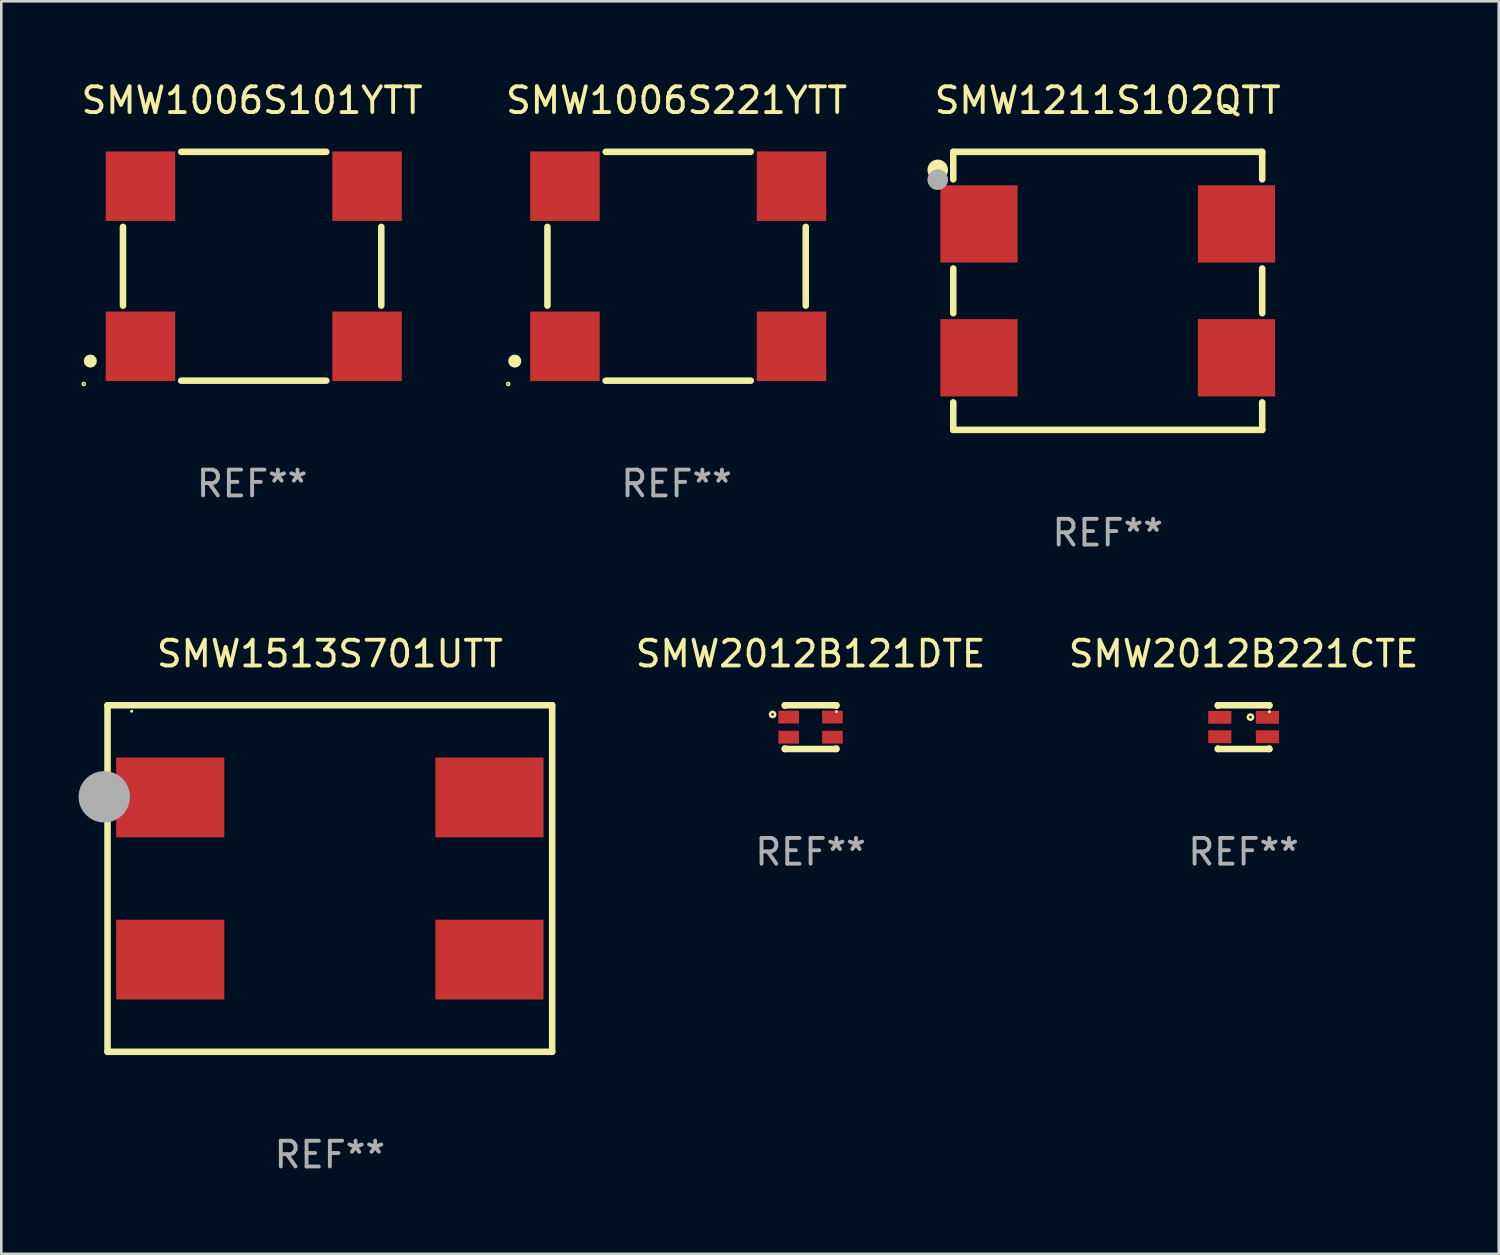
<source format=kicad_pcb>
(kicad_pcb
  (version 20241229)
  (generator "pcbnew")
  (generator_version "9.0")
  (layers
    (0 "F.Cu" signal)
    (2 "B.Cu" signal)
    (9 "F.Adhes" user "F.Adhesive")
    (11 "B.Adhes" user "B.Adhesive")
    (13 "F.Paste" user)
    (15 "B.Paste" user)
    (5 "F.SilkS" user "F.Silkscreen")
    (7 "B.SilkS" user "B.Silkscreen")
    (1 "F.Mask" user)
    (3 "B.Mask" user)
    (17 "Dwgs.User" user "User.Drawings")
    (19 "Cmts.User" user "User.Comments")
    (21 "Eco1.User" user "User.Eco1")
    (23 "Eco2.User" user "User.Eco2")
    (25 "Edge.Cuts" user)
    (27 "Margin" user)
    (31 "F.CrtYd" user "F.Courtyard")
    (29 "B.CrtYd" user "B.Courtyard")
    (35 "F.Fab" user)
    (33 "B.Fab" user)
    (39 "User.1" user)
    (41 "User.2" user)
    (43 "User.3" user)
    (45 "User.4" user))
  (footprint "SMW2012B221CTE"
    (layer "F.Cu")
    (at 45.258 25.195)
    (property "Reference" "SMW2012B221CTE" (at 0 -2.85 0) (layer "F.SilkS") (effects (font (size 1 1) (thickness 0.15))))
    (attr through_hole)
    (fp_line (start -1 -0.831) (end -1 -0.85) (stroke (width 0.254) (type solid)) (layer "F.SilkS"))
    (fp_line (start -1 0.85) (end -1 0.831) (stroke (width 0.254) (type solid)) (layer "F.SilkS"))
    (fp_line (start 1 -0.85) (end -1 -0.85) (stroke (width 0.254) (type solid)) (layer "F.SilkS"))
    (fp_line (start 1 -0.831) (end 1 -0.85) (stroke (width 0.254) (type solid)) (layer "F.SilkS"))
    (fp_line (start 1 0.85) (end -1 0.85) (stroke (width 0.254) (type solid)) (layer "F.SilkS"))
    (fp_line (start 1 0.85) (end 1 0.831) (stroke (width 0.254) (type solid)) (layer "F.SilkS"))
    (fp_circle (center 0.266 -0.389) (end 0.366 -0.389) (stroke (width 0.1) (type solid)) (fill no) (layer "F.SilkS"))
    (fp_circle (center 1.001 -0.6) (end 1.031 -0.6) (stroke (width 0.06) (type solid)) (fill no) (layer "F.SilkS"))
    (fp_text user "REF**" (at 0 4.85 0) (layer "F.Fab") (effects (font (size 1 1) (thickness 0.15))))
    (pad "1" smd rect (at 0.925 -0.38) (size 0.9 0.5) (layers "F.Cu" "F.Mask" "F.Paste"))
    (pad "2" smd rect (at -0.925 -0.38 180) (size 0.9 0.5) (layers "F.Cu" "F.Mask" "F.Paste"))
    (pad "3" smd rect (at -0.925 0.374) (size 0.9 0.5) (layers "F.Cu" "F.Mask" "F.Paste"))
    (pad "4" smd rect (at 0.925 0.374) (size 0.9 0.5) (layers "F.Cu" "F.Mask" "F.Paste")))
  (footprint "SMW2012B121DTE"
    (layer "F.Cu")
    (at 28.437 25.195)
    (property "Reference" "SMW2012B121DTE" (at 0 -2.85 0) (layer "F.SilkS") (effects (font (size 1 1) (thickness 0.15))))
    (attr through_hole)
    (fp_line (start -1 -0.831) (end -1 -0.85) (stroke (width 0.254) (type solid)) (layer "F.SilkS"))
    (fp_line (start -1 0.85) (end -1 0.831) (stroke (width 0.254) (type solid)) (layer "F.SilkS"))
    (fp_line (start 1 -0.85) (end -1 -0.85) (stroke (width 0.254) (type solid)) (layer "F.SilkS"))
    (fp_line (start 1 -0.831) (end 1 -0.85) (stroke (width 0.254) (type solid)) (layer "F.SilkS"))
    (fp_line (start 1 0.85) (end -1 0.85) (stroke (width 0.254) (type solid)) (layer "F.SilkS"))
    (fp_line (start 1 0.85) (end 1 0.831) (stroke (width 0.254) (type solid)) (layer "F.SilkS"))
    (fp_circle (center -1.476 -0.493) (end -1.376 -0.493) (stroke (width 0.1) (type solid)) (fill no) (layer "F.SilkS"))
    (fp_circle (center 1.001 -0.6) (end 1.031 -0.6) (stroke (width 0.06) (type solid)) (fill no) (layer "F.SilkS"))
    (fp_text user "REF**" (at 0 4.85 0) (layer "F.Fab") (effects (font (size 1 1) (thickness 0.15))))
    (pad "1" smd rect (at 0.85 -0.39) (size 0.8 0.5) (layers "F.Cu" "F.Mask" "F.Paste"))
    (pad "2" smd rect (at 0.85 0.391) (size 0.8 0.5) (layers "F.Cu" "F.Mask" "F.Paste"))
    (pad "3" smd rect (at -0.85 0.391) (size 0.8 0.5) (layers "F.Cu" "F.Mask" "F.Paste"))
    (pad "4" smd rect (at -0.85 -0.39) (size 0.8 0.5) (layers "F.Cu" "F.Mask" "F.Paste")))
  (footprint "SMW1513S701UTT"
    (layer "F.Cu")
    (at 9.763 31.076)
    (property "Reference" "SMW1513S701UTT" (at 0 -8.731 0) (layer "F.SilkS") (effects (font (size 1 1) (thickness 0.15))))
    (attr through_hole)
    (fp_line (start -8.636 -6.731) (end -8.636 6.731) (stroke (width 0.254) (type solid)) (layer "F.SilkS"))
    (fp_line (start -8.636 6.731) (end 8.636 6.731) (stroke (width 0.254) (type solid)) (layer "F.SilkS"))
    (fp_line (start 8.636 -6.731) (end -8.636 -6.731) (stroke (width 0.254) (type solid)) (layer "F.SilkS"))
    (fp_line (start 8.636 6.731) (end 8.636 -6.731) (stroke (width 0.254) (type solid)) (layer "F.SilkS"))
    (fp_circle (center -7.7 -6.5) (end -7.67 -6.5) (stroke (width 0.06) (type solid)) (fill no) (layer "F.SilkS"))
    (fp_circle (center -8.763 -3.175) (end -8.263 -3.175) (stroke (width 1) (type solid)) (fill no) (layer "F.Fab"))
    (fp_text user "REF**" (at 0 10.731 0) (layer "F.Fab") (effects (font (size 1 1) (thickness 0.15))))
    (pad "1" smd rect (at -6.2 -3.15) (size 4.2 3.1) (layers "F.Cu" "F.Mask" "F.Paste"))
    (pad "2" smd rect (at -6.2 3.15) (size 4.2 3.1) (layers "F.Cu" "F.Mask" "F.Paste"))
    (pad "3" smd rect (at 6.2 3.15) (size 4.2 3.1) (layers "F.Cu" "F.Mask" "F.Paste"))
    (pad "4" smd rect (at 6.2 -3.15) (size 4.2 3.1) (layers "F.Cu" "F.Mask" "F.Paste")))
  (footprint "SMW1006S101YTT"
    (layer "F.Cu")
    (at 6.744 7.293)
    (property "Reference" "SMW1006S101YTT" (at 0 -6.445 0) (layer "F.SilkS") (effects (font (size 1 1) (thickness 0.15))))
    (attr through_hole)
    (fp_line (start -5.017 -1.529) (end -5.017 1.529) (stroke (width 0.254) (type solid)) (layer "F.SilkS"))
    (fp_line (start -2.755 -4.445) (end 2.882 -4.445) (stroke (width 0.254) (type solid)) (layer "F.SilkS"))
    (fp_line (start -2.755 4.445) (end 2.882 4.445) (stroke (width 0.254) (type solid)) (layer "F.SilkS"))
    (fp_line (start 5.017 -1.529) (end 5.017 1.529) (stroke (width 0.254) (type solid)) (layer "F.SilkS"))
    (fp_circle (center -6.54 4.572) (end -6.511 4.572) (stroke (width 0.06) (type solid)) (fill no) (layer "F.SilkS"))
    (fp_circle (center -6.286 3.683) (end -6.159 3.683) (stroke (width 0.254) (type solid)) (fill no) (layer "F.SilkS"))
    (fp_text user "REF**" (at 0 8.445 0) (layer "F.Fab") (effects (font (size 1 1) (thickness 0.15))))
    (pad "1" smd rect (at -4.337 3.11) (size 2.7 2.7) (layers "F.Cu" "F.Mask" "F.Paste"))
    (pad "2" smd rect (at 4.464 3.11) (size 2.7 2.7) (layers "F.Cu" "F.Mask" "F.Paste"))
    (pad "3" smd rect (at 4.464 -3.11) (size 2.7 2.7) (layers "F.Cu" "F.Mask" "F.Paste"))
    (pad "4" smd rect (at -4.337 -3.11) (size 2.7 2.7) (layers "F.Cu" "F.Mask" "F.Paste")))
  (footprint "SMW1006S221YTT"
    (layer "F.Cu")
    (at 23.232 7.293)
    (property "Reference" "SMW1006S221YTT" (at 0 -6.445 0) (layer "F.SilkS") (effects (font (size 1 1) (thickness 0.15))))
    (attr through_hole)
    (fp_line (start -5.017 -1.529) (end -5.017 1.529) (stroke (width 0.254) (type solid)) (layer "F.SilkS"))
    (fp_line (start -2.755 -4.445) (end 2.882 -4.445) (stroke (width 0.254) (type solid)) (layer "F.SilkS"))
    (fp_line (start -2.755 4.445) (end 2.882 4.445) (stroke (width 0.254) (type solid)) (layer "F.SilkS"))
    (fp_line (start 5.017 -1.529) (end 5.017 1.529) (stroke (width 0.254) (type solid)) (layer "F.SilkS"))
    (fp_circle (center -6.54 4.572) (end -6.511 4.572) (stroke (width 0.06) (type solid)) (fill no) (layer "F.SilkS"))
    (fp_circle (center -6.286 3.683) (end -6.159 3.683) (stroke (width 0.254) (type solid)) (fill no) (layer "F.SilkS"))
    (fp_text user "REF**" (at 0 8.445 0) (layer "F.Fab") (effects (font (size 1 1) (thickness 0.15))))
    (pad "1" smd rect (at -4.337 3.11) (size 2.7 2.7) (layers "F.Cu" "F.Mask" "F.Paste"))
    (pad "2" smd rect (at 4.464 3.11) (size 2.7 2.7) (layers "F.Cu" "F.Mask" "F.Paste"))
    (pad "3" smd rect (at 4.464 -3.11) (size 2.7 2.7) (layers "F.Cu" "F.Mask" "F.Paste"))
    (pad "4" smd rect (at -4.337 -3.11) (size 2.7 2.7) (layers "F.Cu" "F.Mask" "F.Paste")))
  (footprint "SMW1211S102QTT"
    (layer "F.Cu")
    (at 39.98 8.248)
    (property "Reference" "SMW1211S102QTT" (at 0 -7.4 0) (layer "F.SilkS") (effects (font (size 1 1) (thickness 0.15))))
    (attr through_hole)
    (fp_line (start -6 -5.4) (end -6 -4.331) (stroke (width 0.254) (type solid)) (layer "F.SilkS"))
    (fp_line (start -6 -5.4) (end 6 -5.4) (stroke (width 0.254) (type solid)) (layer "F.SilkS"))
    (fp_line (start -6 -0.869) (end -6 0.869) (stroke (width 0.254) (type solid)) (layer "F.SilkS"))
    (fp_line (start -6 4.331) (end -6 5.4) (stroke (width 0.254) (type solid)) (layer "F.SilkS"))
    (fp_line (start -6 5.4) (end 6 5.4) (stroke (width 0.254) (type solid)) (layer "F.SilkS"))
    (fp_line (start 6 -5.4) (end 6 -4.331) (stroke (width 0.254) (type solid)) (layer "F.SilkS"))
    (fp_line (start 6 -0.869) (end 6 0.869) (stroke (width 0.254) (type solid)) (layer "F.SilkS"))
    (fp_line (start 6 4.331) (end 6 5.4) (stroke (width 0.254) (type solid)) (layer "F.SilkS"))
    (fp_circle (center -6.604 -4.699) (end -6.404 -4.699) (stroke (width 0.4) (type solid)) (fill no) (layer "F.SilkS"))
    (fp_circle (center -6 -5.4) (end -5.97 -5.4) (stroke (width 0.06) (type solid)) (fill no) (layer "F.SilkS"))
    (fp_circle (center -6.604 -4.318) (end -6.404 -4.318) (stroke (width 0.4) (type solid)) (fill no) (layer "F.Fab"))
    (fp_text user "REF**" (at 0 9.4 0) (layer "F.Fab") (effects (font (size 1 1) (thickness 0.15))))
    (pad "1" smd rect (at -5 -2.6) (size 3 3) (layers "F.Cu" "F.Mask" "F.Paste"))
    (pad "2" smd rect (at -5 2.6) (size 3 3) (layers "F.Cu" "F.Mask" "F.Paste"))
    (pad "3" smd rect (at 5 2.6) (size 3 3) (layers "F.Cu" "F.Mask" "F.Paste"))
    (pad "4" smd rect (at 5 -2.6) (size 3 3) (layers "F.Cu" "F.Mask" "F.Paste")))
  (gr_rect
    (start -3 -3)
    (end 55.169 45.655)
    (stroke (width 0.1) (type default))
    (fill no)
    (layer "Edge.Cuts")))
</source>
